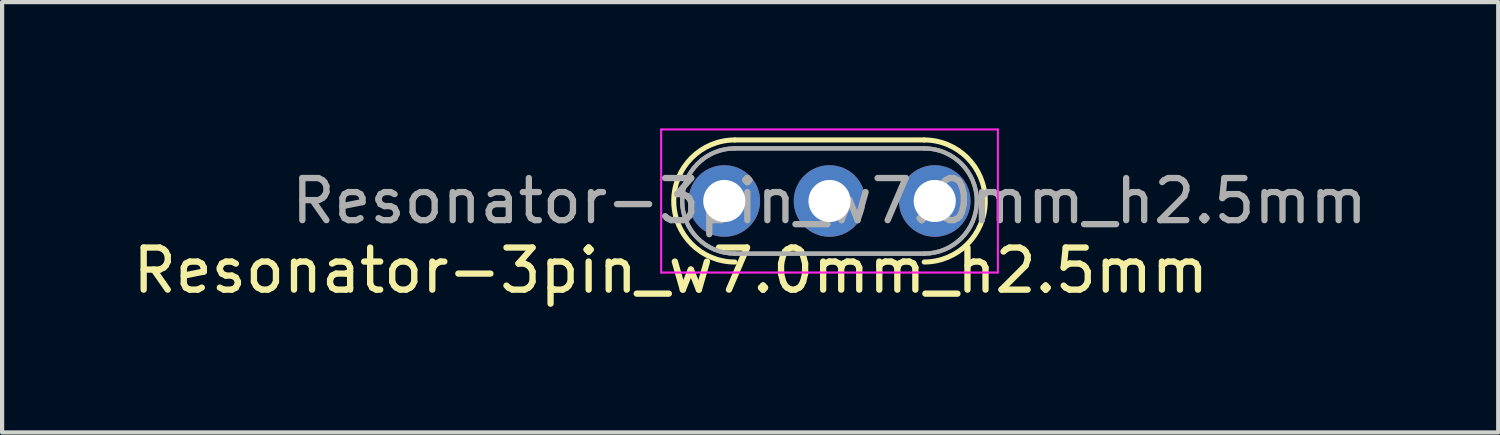
<source format=kicad_pcb>
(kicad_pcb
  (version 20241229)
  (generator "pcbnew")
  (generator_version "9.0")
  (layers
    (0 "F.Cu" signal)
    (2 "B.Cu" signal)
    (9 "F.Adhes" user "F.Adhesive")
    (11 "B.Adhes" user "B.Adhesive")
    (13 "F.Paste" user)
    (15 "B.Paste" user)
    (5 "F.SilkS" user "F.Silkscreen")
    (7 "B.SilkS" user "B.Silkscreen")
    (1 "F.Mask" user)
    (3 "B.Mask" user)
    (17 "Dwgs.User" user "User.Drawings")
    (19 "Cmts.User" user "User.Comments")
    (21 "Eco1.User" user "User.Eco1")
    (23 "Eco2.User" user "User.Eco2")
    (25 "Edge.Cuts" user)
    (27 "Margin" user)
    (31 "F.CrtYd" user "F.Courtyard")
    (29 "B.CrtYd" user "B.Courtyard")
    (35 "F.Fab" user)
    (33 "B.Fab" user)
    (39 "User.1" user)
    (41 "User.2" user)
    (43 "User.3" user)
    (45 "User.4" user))
  (footprint "Resonator-3pin_w7.0mm_h2.5mm"
    (layer "F.Cu")
    (at 14.157 1.725)
    (property "Reference" "Resonator-3pin_w7.0mm_h2.5mm" (at -1.27 1.651 0) (layer "F.SilkS") (effects (font (size 1 1) (thickness 0.15))))
    (attr through_hole)
    (fp_line (start 0.25 -1.45) (end 4.75 -1.45) (stroke (width 0.12) (type solid)) (layer "F.SilkS"))
    (fp_arc (start 0.25 1.45) (mid -1.2 0) (end 0.25 -1.45) (stroke (width 0.12) (type solid)) (layer "F.SilkS"))
    (fp_arc (start 4.75 -1.45) (mid 6.2 0) (end 4.75 1.45) (stroke (width 0.12) (type solid)) (layer "F.SilkS"))
    (fp_line (start -1.5 -1.7) (end -1.5 1.7) (stroke (width 0.05) (type solid)) (layer "F.CrtYd"))
    (fp_line (start -1.5 1.7) (end 6.5 1.7) (stroke (width 0.05) (type solid)) (layer "F.CrtYd"))
    (fp_line (start 6.5 -1.7) (end -1.5 -1.7) (stroke (width 0.05) (type solid)) (layer "F.CrtYd"))
    (fp_line (start 6.5 1.7) (end 6.5 -1.7) (stroke (width 0.05) (type solid)) (layer "F.CrtYd"))
    (fp_line (start 0.25 -1.25) (end 4.75 -1.25) (stroke (width 0.1) (type solid)) (layer "F.Fab"))
    (fp_line (start 0.25 -1.25) (end 4.75 -1.25) (stroke (width 0.1) (type solid)) (layer "F.Fab"))
    (fp_line (start 0.25 1.25) (end 4.75 1.25) (stroke (width 0.1) (type solid)) (layer "F.Fab"))
    (fp_line (start 0.25 1.25) (end 4.75 1.25) (stroke (width 0.1) (type solid)) (layer "F.Fab"))
    (fp_arc (start 0.25 1.25) (mid -1 0) (end 0.25 -1.25) (stroke (width 0.1) (type solid)) (layer "F.Fab"))
    (fp_arc (start 0.25 1.25) (mid -1 0) (end 0.25 -1.25) (stroke (width 0.1) (type solid)) (layer "F.Fab"))
    (fp_arc (start 4.75 -1.25) (mid 6 0) (end 4.75 1.25) (stroke (width 0.1) (type solid)) (layer "F.Fab"))
    (fp_arc (start 4.75 -1.25) (mid 6 0) (end 4.75 1.25) (stroke (width 0.1) (type solid)) (layer "F.Fab"))
    (fp_text user "${REFERENCE}" (at 2.5 0 0) (layer "F.Fab") (effects (font (size 1 1) (thickness 0.15))))
    (pad "1" thru_hole circle (at 0 0) (size 1.7 1.7) (drill 1) (layers "*.Cu" "*.Mask"))
    (pad "2" thru_hole circle (at 2.5 0) (size 1.7 1.7) (drill 1) (layers "*.Cu" "*.Mask"))
    (pad "3" thru_hole circle (at 5 0) (size 1.7 1.7) (drill 1) (layers "*.Cu" "*.Mask")))
  (gr_rect
    (start -3 -3)
    (end 32.544 7.224)
    (stroke (width 0.1) (type default))
    (fill no)
    (layer "Edge.Cuts")))
</source>
